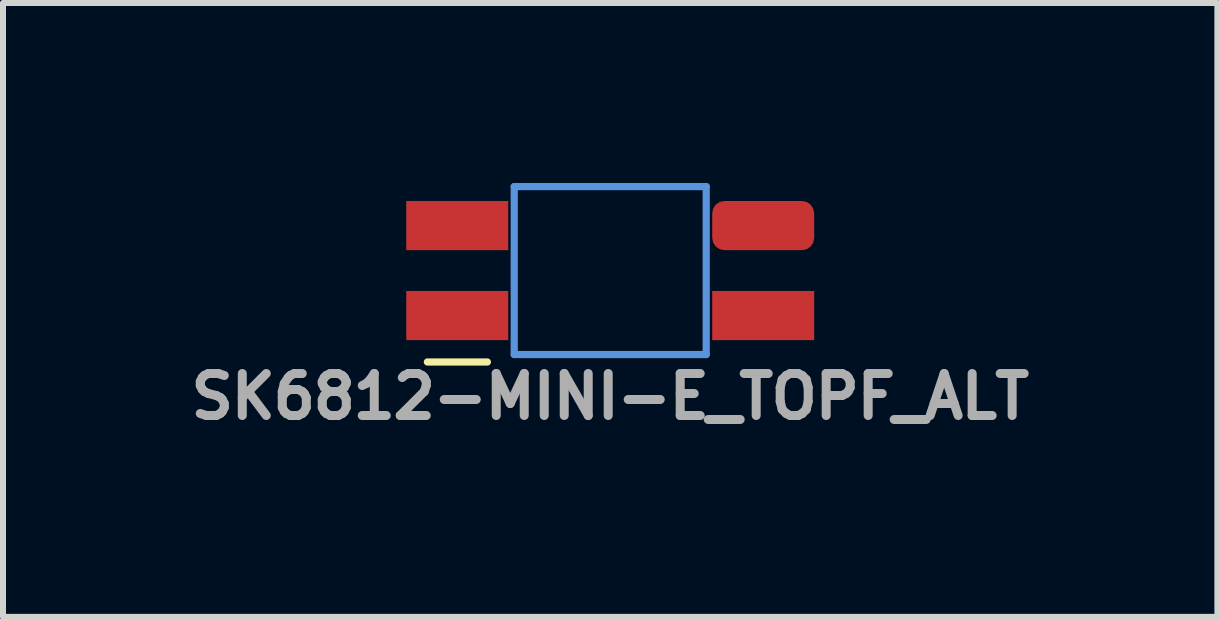
<source format=kicad_pcb>
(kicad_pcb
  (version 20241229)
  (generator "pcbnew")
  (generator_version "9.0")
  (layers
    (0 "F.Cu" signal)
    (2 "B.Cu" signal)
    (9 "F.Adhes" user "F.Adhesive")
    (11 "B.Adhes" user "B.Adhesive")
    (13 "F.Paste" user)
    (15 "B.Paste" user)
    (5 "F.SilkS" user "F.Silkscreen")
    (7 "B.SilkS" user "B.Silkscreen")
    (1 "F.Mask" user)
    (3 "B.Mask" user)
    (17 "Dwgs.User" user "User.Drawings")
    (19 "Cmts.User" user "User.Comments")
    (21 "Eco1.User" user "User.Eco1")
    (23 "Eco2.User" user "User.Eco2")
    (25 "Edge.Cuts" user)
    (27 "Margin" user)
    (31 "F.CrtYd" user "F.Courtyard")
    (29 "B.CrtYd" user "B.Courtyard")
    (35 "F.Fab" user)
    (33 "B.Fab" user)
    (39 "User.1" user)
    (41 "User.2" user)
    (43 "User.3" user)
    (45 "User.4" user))
  (footprint "SK6812-MINI-E_TOPF_ALT"
    (layer "F.Cu")
    (at 7.122 1.46)
    (property "Reference" "SK6812-MINI-E_TOPF_ALT" (at 0 2.1 0) (unlocked yes) (layer "F.Fab") (effects (font (size 0.7 0.7) (thickness 0.15))))
    (attr through_hole)
    (fp_line (start -2.048 1.524) (end -3.048 1.524) (stroke (width 0.12) (type solid)) (layer "F.SilkS"))
    (fp_line (start -1.6 -1.4) (end 1.6 -1.4) (stroke (width 0.12) (type solid)) (layer "Cmts.User"))
    (fp_line (start -1.6 1.4) (end -1.6 -1.4) (stroke (width 0.12) (type solid)) (layer "Cmts.User"))
    (fp_line (start 1.6 -1.4) (end 1.6 1.4) (stroke (width 0.12) (type solid)) (layer "Cmts.User"))
    (fp_line (start 1.6 1.4) (end -1.6 1.4) (stroke (width 0.12) (type solid)) (layer "Cmts.User"))
    (pad "1" smd rect (at -2.55 -0.75) (size 1.7 0.82) (layers "F.Cu" "F.Mask" "F.Paste"))
    (pad "2" smd rect (at -2.55 0.75) (size 1.7 0.82) (layers "F.Cu" "F.Mask" "F.Paste"))
    (pad "3" smd rect (at 2.55 0.75) (size 1.7 0.82) (layers "F.Cu" "F.Mask" "F.Paste"))
    (pad "4" smd roundrect (at 2.55 -0.75) (size 1.7 0.82) (layers "F.Cu" "F.Mask" "F.Paste") (roundrect_rratio 0.25)))
  (gr_rect
    (start -3 -3)
    (end 17.243 7.233)
    (stroke (width 0.1) (type default))
    (fill no)
    (layer "Edge.Cuts")))
</source>
